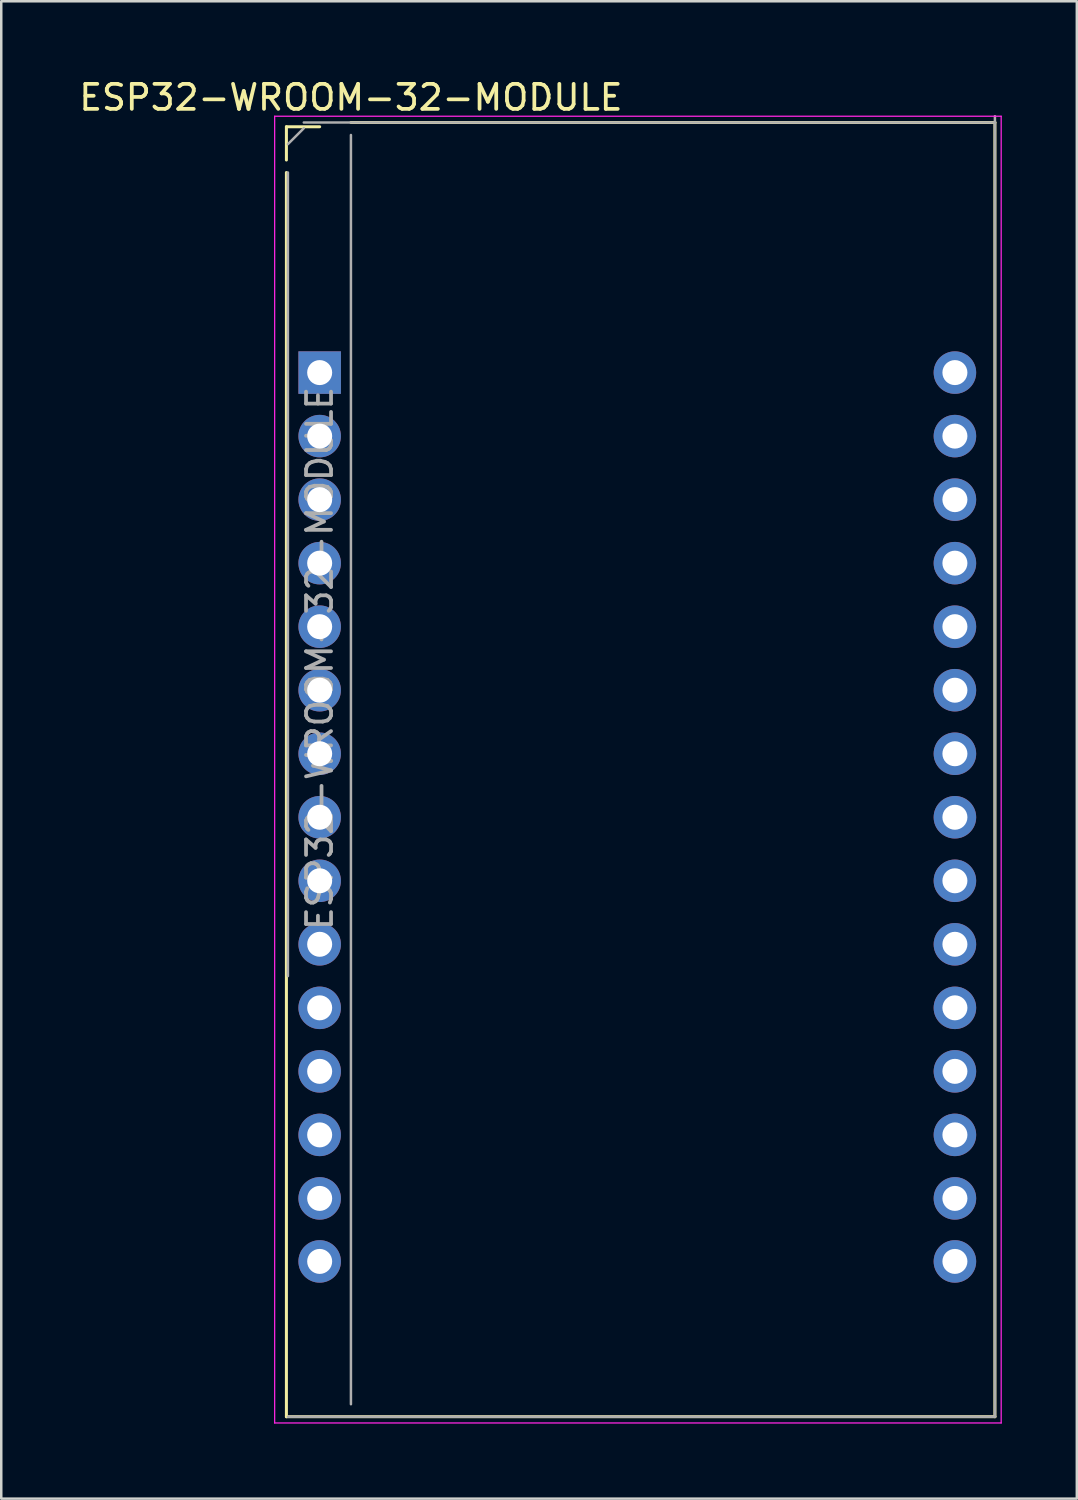
<source format=kicad_pcb>
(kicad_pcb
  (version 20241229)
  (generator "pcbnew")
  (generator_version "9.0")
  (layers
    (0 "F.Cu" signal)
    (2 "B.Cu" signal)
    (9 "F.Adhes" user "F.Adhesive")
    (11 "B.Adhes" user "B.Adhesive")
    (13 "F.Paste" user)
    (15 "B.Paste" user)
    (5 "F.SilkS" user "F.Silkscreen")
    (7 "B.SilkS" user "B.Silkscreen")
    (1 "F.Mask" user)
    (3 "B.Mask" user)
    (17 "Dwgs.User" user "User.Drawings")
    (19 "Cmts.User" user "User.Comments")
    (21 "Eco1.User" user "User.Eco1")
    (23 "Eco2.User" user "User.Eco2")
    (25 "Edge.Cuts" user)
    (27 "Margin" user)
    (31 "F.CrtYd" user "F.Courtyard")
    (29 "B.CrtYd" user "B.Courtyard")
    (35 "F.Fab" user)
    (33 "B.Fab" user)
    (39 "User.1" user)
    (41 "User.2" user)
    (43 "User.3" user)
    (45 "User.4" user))
  (footprint "ESP32-WROOM-32-MODULE"
    (layer "F.Cu")
    (at 9.732 11.848)
    (property "Reference" "ESP32-WROOM-32-MODULE" (at 1.25 -11 0) (layer "F.SilkS") (effects (font (size 1 1) (thickness 0.15))))
    (attr through_hole)
    (fp_line (start -1.33 -9.83) (end 0 -9.83) (stroke (width 0.12) (type solid)) (layer "F.SilkS"))
    (fp_line (start -1.33 -8.5) (end -1.33 -9.83) (stroke (width 0.12) (type solid)) (layer "F.SilkS"))
    (fp_line (start -1.33 -8) (end -1.33 41.75) (stroke (width 0.12) (type solid)) (layer "F.SilkS"))
    (fp_line (start -1.33 41.75) (end 27 41.75) (stroke (width 0.12) (type solid)) (layer "F.SilkS"))
    (fp_line (start 1.25 -10) (end 27 -10) (stroke (width 0.12) (type solid)) (layer "F.SilkS"))
    (fp_line (start 27 -10) (end 27 41.75) (stroke (width 0.12) (type solid)) (layer "F.SilkS"))
    (fp_line (start -1.8 -10.25) (end -1.8 42) (stroke (width 0.05) (type solid)) (layer "F.CrtYd"))
    (fp_line (start -1.8 42) (end 27.25 42) (stroke (width 0.05) (type solid)) (layer "F.CrtYd"))
    (fp_line (start 27.25 -10.25) (end -1.8 -10.25) (stroke (width 0.05) (type solid)) (layer "F.CrtYd"))
    (fp_line (start 27.25 42) (end 27.25 -10.25) (stroke (width 0.05) (type solid)) (layer "F.CrtYd"))
    (fp_line (start -1.27 -9.135) (end -0.635 -9.77) (stroke (width 0.1) (type solid)) (layer "F.Fab"))
    (fp_line (start -1.27 24.13) (end -1.27 -8) (stroke (width 0.1) (type solid)) (layer "F.Fab"))
    (fp_line (start -0.635 -10) (end 27 -10) (stroke (width 0.1) (type solid)) (layer "F.Fab"))
    (fp_line (start 1.25 41.25) (end 1.25 -9.5) (stroke (width 0.1) (type solid)) (layer "F.Fab"))
    (fp_line (start 27 -10.25) (end 27 41.75) (stroke (width 0.1) (type solid)) (layer "F.Fab"))
    (fp_line (start 27 41.75) (end -1.27 41.75) (stroke (width 0.1) (type solid)) (layer "F.Fab"))
    (fp_text user "${REFERENCE}" (at 0 11.43 90) (layer "F.Fab") (effects (font (size 1 1) (thickness 0.15))))
    (pad "1" thru_hole rect (at 0 0) (size 1.7 1.7) (drill 1) (layers "*.Cu" "*.Mask"))
    (pad "2" thru_hole oval (at 0 2.54) (size 1.7 1.7) (drill 1) (layers "*.Cu" "*.Mask"))
    (pad "3" thru_hole oval (at 0 5.08) (size 1.7 1.7) (drill 1) (layers "*.Cu" "*.Mask"))
    (pad "4" thru_hole oval (at 0 7.62) (size 1.7 1.7) (drill 1) (layers "*.Cu" "*.Mask"))
    (pad "5" thru_hole oval (at 0 10.16) (size 1.7 1.7) (drill 1) (layers "*.Cu" "*.Mask"))
    (pad "6" thru_hole oval (at 0 12.7) (size 1.7 1.7) (drill 1) (layers "*.Cu" "*.Mask"))
    (pad "7" thru_hole oval (at 0 15.24) (size 1.7 1.7) (drill 1) (layers "*.Cu" "*.Mask"))
    (pad "8" thru_hole oval (at 0 17.78) (size 1.7 1.7) (drill 1) (layers "*.Cu" "*.Mask"))
    (pad "9" thru_hole oval (at 0 20.32) (size 1.7 1.7) (drill 1) (layers "*.Cu" "*.Mask"))
    (pad "10" thru_hole oval (at 0 22.86) (size 1.7 1.7) (drill 1) (layers "*.Cu" "*.Mask"))
    (pad "11" thru_hole oval (at 0 25.4) (size 1.7 1.7) (drill 1) (layers "*.Cu" "*.Mask"))
    (pad "12" thru_hole oval (at 0 27.94) (size 1.7 1.7) (drill 1) (layers "*.Cu" "*.Mask"))
    (pad "13" thru_hole oval (at 0 30.48) (size 1.7 1.7) (drill 1) (layers "*.Cu" "*.Mask"))
    (pad "14" thru_hole oval (at 0 33.02) (size 1.7 1.7) (drill 1) (layers "*.Cu" "*.Mask"))
    (pad "15" thru_hole oval (at 0 35.54) (size 1.7 1.7) (drill 1) (layers "*.Cu" "*.Mask"))
    (pad "16" thru_hole oval (at 25.4 35.54) (size 1.7 1.7) (drill 1) (layers "*.Cu" "*.Mask"))
    (pad "17" thru_hole oval (at 25.4 33.02) (size 1.7 1.7) (drill 1) (layers "*.Cu" "*.Mask"))
    (pad "18" thru_hole oval (at 25.4 30.48) (size 1.7 1.7) (drill 1) (layers "*.Cu" "*.Mask"))
    (pad "19" thru_hole oval (at 25.4 27.94) (size 1.7 1.7) (drill 1) (layers "*.Cu" "*.Mask"))
    (pad "20" thru_hole oval (at 25.4 25.4) (size 1.7 1.7) (drill 1) (layers "*.Cu" "*.Mask"))
    (pad "21" thru_hole oval (at 25.4 22.86) (size 1.7 1.7) (drill 1) (layers "*.Cu" "*.Mask"))
    (pad "22" thru_hole oval (at 25.4 20.32) (size 1.7 1.7) (drill 1) (layers "*.Cu" "*.Mask"))
    (pad "23" thru_hole oval (at 25.4 17.78) (size 1.7 1.7) (drill 1) (layers "*.Cu" "*.Mask"))
    (pad "24" thru_hole oval (at 25.4 15.24) (size 1.7 1.7) (drill 1) (layers "*.Cu" "*.Mask"))
    (pad "25" thru_hole oval (at 25.4 12.7) (size 1.7 1.7) (drill 1) (layers "*.Cu" "*.Mask"))
    (pad "26" thru_hole oval (at 25.4 10.16) (size 1.7 1.7) (drill 1) (layers "*.Cu" "*.Mask"))
    (pad "27" thru_hole oval (at 25.4 7.62) (size 1.7 1.7) (drill 1) (layers "*.Cu" "*.Mask"))
    (pad "28" thru_hole oval (at 25.4 5.08) (size 1.7 1.7) (drill 1) (layers "*.Cu" "*.Mask"))
    (pad "29" thru_hole oval (at 25.4 2.54) (size 1.7 1.7) (drill 1) (layers "*.Cu" "*.Mask"))
    (pad "30" thru_hole circle (at 25.4 0) (size 1.7 1.7) (drill 1) (layers "*.Cu" "*.Mask")))
  (gr_rect
    (start -3 -3)
    (end 40.007 56.873)
    (stroke (width 0.1) (type default))
    (fill no)
    (layer "Edge.Cuts")))
</source>
